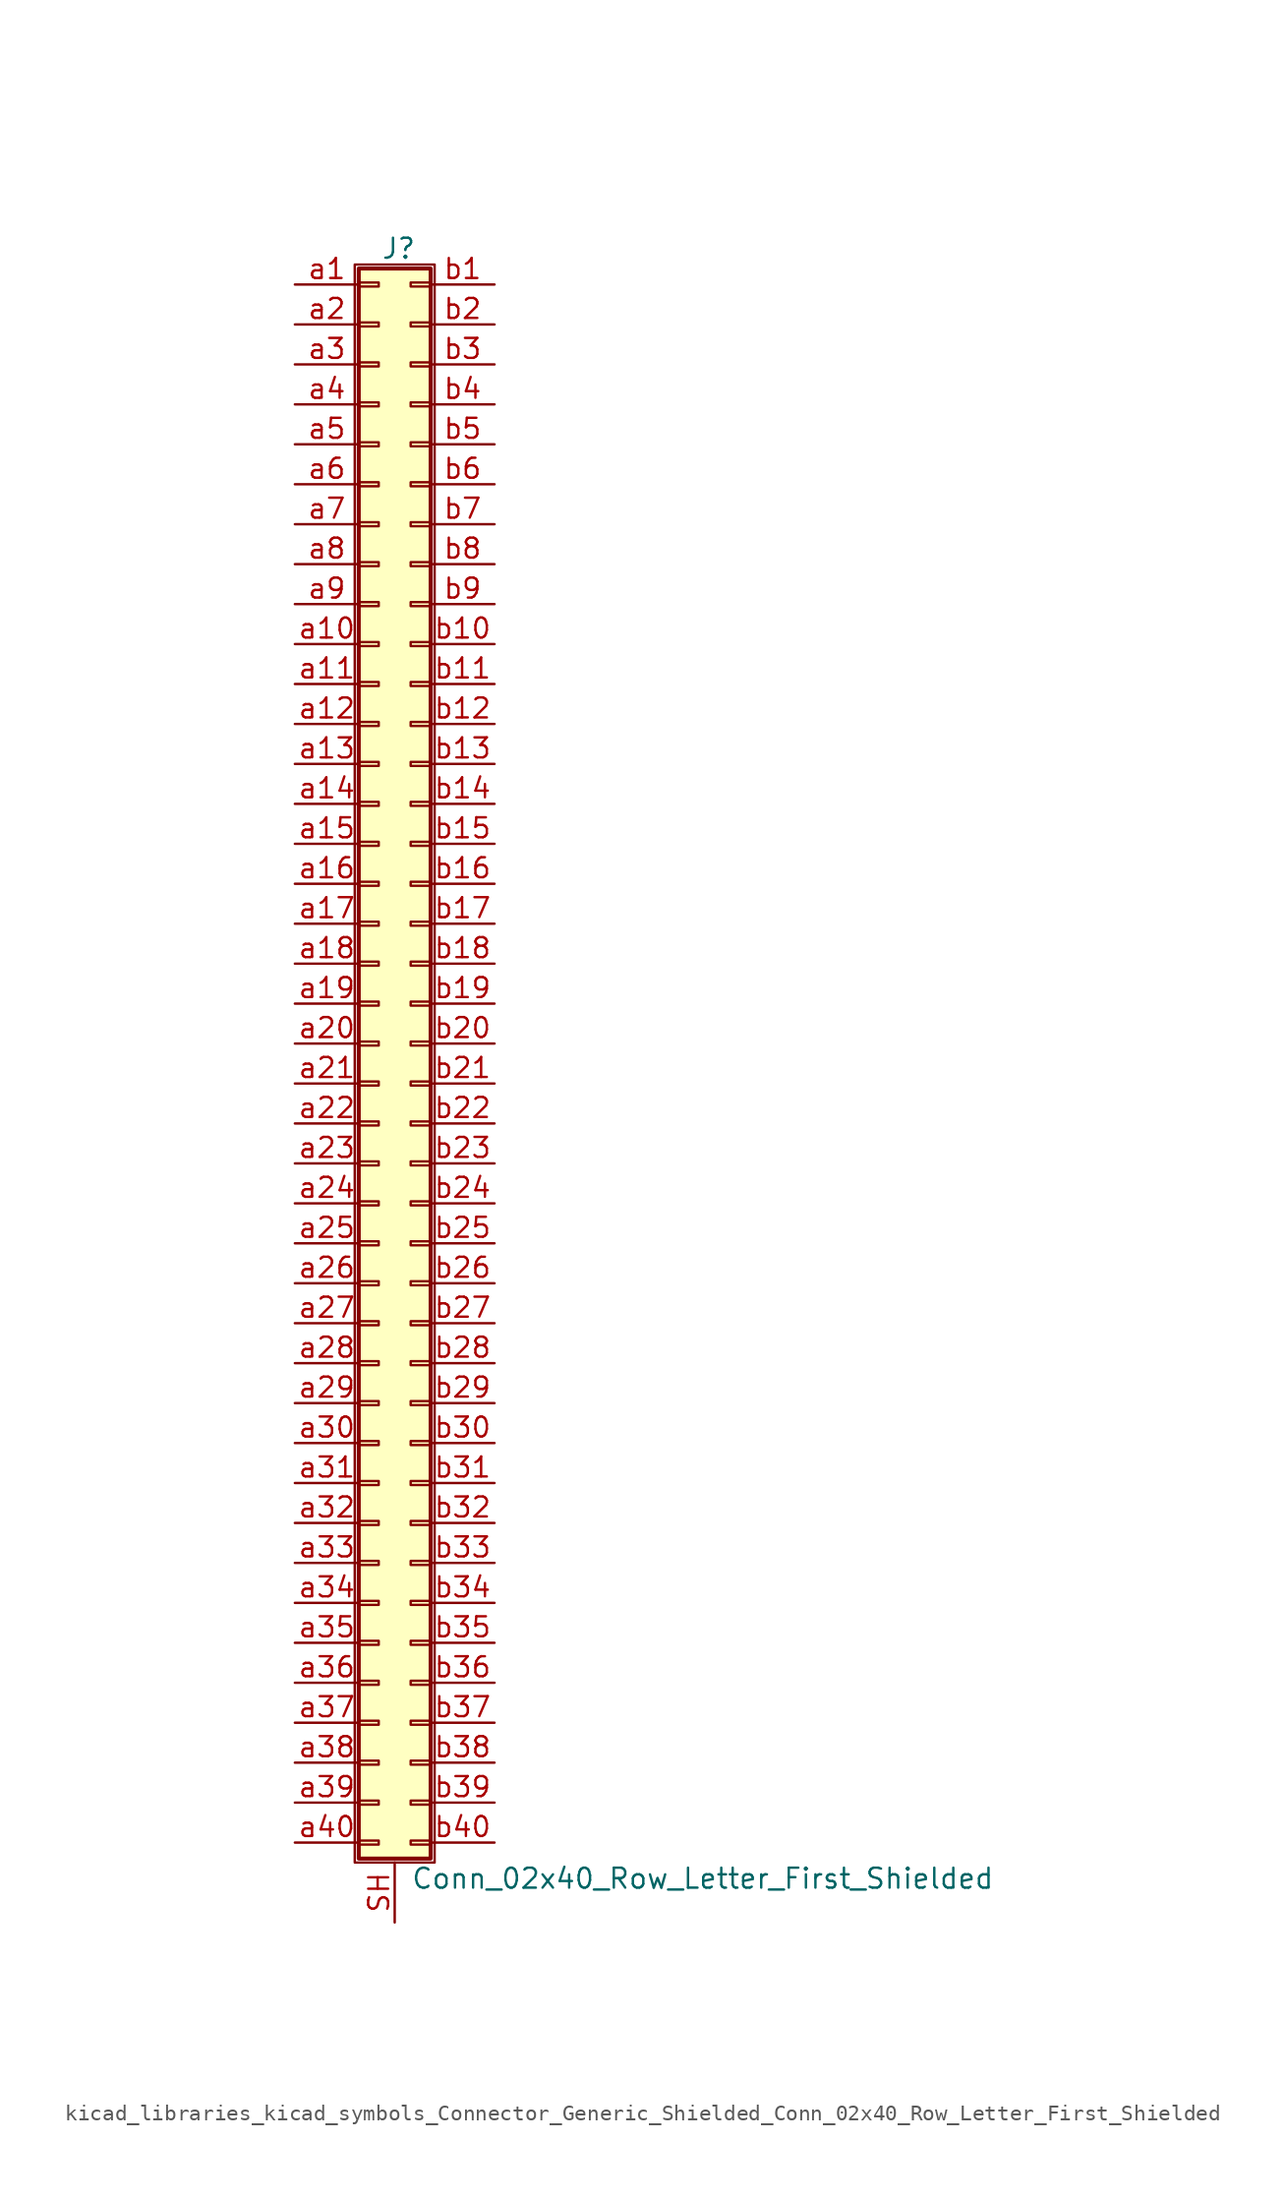
<source format=kicad_sym>
(kicad_symbol_lib
  (version 20220914)
  (generator kicad_symbol_editor)
  (symbol "kicad_libraries_kicad_symbols_Connector_Generic_Shielded_Conn_02x40_Row_Letter_First_Shielded"
    (pin_names
      (offset 1.016) hide)
    (property "Reference" "J"
      (at 1.524 50.546 0)
      (effects (font (size 1.27 1.27))))
    (property "Value" "Conn_02x40_Row_Letter_First_Shielded"
      (at 2.286 -53.086 0)
      (effects (font (size 1.27 1.27)) (justify left)))
    (symbol "kicad_libraries_kicad_symbols_Connector_Generic_Shielded_Conn_02x40_Row_Letter_First_Shielded_1_1"
      (rectangle (start -1.27 49.53) (end 3.81 -52.07) (stroke (width 0.152) (type default)) (fill (type none)))
      (rectangle (start -1.016 -50.673) (end 0.254 -50.927) (stroke (width 0.152) (type default)) (fill (type none)))
      (rectangle (start -1.016 -48.133) (end 0.254 -48.387) (stroke (width 0.152) (type default)) (fill (type none)))
      (rectangle (start -1.016 -45.593) (end 0.254 -45.847) (stroke (width 0.152) (type default)) (fill (type none)))
      (rectangle (start -1.016 -43.053) (end 0.254 -43.307) (stroke (width 0.152) (type default)) (fill (type none)))
      (rectangle (start -1.016 -40.513) (end 0.254 -40.767) (stroke (width 0.152) (type default)) (fill (type none)))
      (rectangle (start -1.016 -37.973) (end 0.254 -38.227) (stroke (width 0.152) (type default)) (fill (type none)))
      (rectangle (start -1.016 -35.433) (end 0.254 -35.687) (stroke (width 0.152) (type default)) (fill (type none)))
      (rectangle (start -1.016 -32.893) (end 0.254 -33.147) (stroke (width 0.152) (type default)) (fill (type none)))
      (rectangle (start -1.016 -30.353) (end 0.254 -30.607) (stroke (width 0.152) (type default)) (fill (type none)))
      (rectangle (start -1.016 -27.813) (end 0.254 -28.067) (stroke (width 0.152) (type default)) (fill (type none)))
      (rectangle (start -1.016 -25.273) (end 0.254 -25.527) (stroke (width 0.152) (type default)) (fill (type none)))
      (rectangle (start -1.016 -22.733) (end 0.254 -22.987) (stroke (width 0.152) (type default)) (fill (type none)))
      (rectangle (start -1.016 -20.193) (end 0.254 -20.447) (stroke (width 0.152) (type default)) (fill (type none)))
      (rectangle (start -1.016 -17.653) (end 0.254 -17.907) (stroke (width 0.152) (type default)) (fill (type none)))
      (rectangle (start -1.016 -15.113) (end 0.254 -15.367) (stroke (width 0.152) (type default)) (fill (type none)))
      (rectangle (start -1.016 -12.573) (end 0.254 -12.827) (stroke (width 0.152) (type default)) (fill (type none)))
      (rectangle (start -1.016 -10.033) (end 0.254 -10.287) (stroke (width 0.152) (type default)) (fill (type none)))
      (rectangle (start -1.016 -7.493) (end 0.254 -7.747) (stroke (width 0.152) (type default)) (fill (type none)))
      (rectangle (start -1.016 -4.953) (end 0.254 -5.207) (stroke (width 0.152) (type default)) (fill (type none)))
      (rectangle (start -1.016 -2.413) (end 0.254 -2.667) (stroke (width 0.152) (type default)) (fill (type none)))
      (rectangle (start -1.016 0.127) (end 0.254 -0.127) (stroke (width 0.152) (type default)) (fill (type none)))
      (rectangle (start -1.016 2.667) (end 0.254 2.413) (stroke (width 0.152) (type default)) (fill (type none)))
      (rectangle (start -1.016 5.207) (end 0.254 4.953) (stroke (width 0.152) (type default)) (fill (type none)))
      (rectangle (start -1.016 7.747) (end 0.254 7.493) (stroke (width 0.152) (type default)) (fill (type none)))
      (rectangle (start -1.016 10.287) (end 0.254 10.033) (stroke (width 0.152) (type default)) (fill (type none)))
      (rectangle (start -1.016 12.827) (end 0.254 12.573) (stroke (width 0.152) (type default)) (fill (type none)))
      (rectangle (start -1.016 15.367) (end 0.254 15.113) (stroke (width 0.152) (type default)) (fill (type none)))
      (rectangle (start -1.016 17.907) (end 0.254 17.653) (stroke (width 0.152) (type default)) (fill (type none)))
      (rectangle (start -1.016 20.447) (end 0.254 20.193) (stroke (width 0.152) (type default)) (fill (type none)))
      (rectangle (start -1.016 22.987) (end 0.254 22.733) (stroke (width 0.152) (type default)) (fill (type none)))
      (rectangle (start -1.016 25.527) (end 0.254 25.273) (stroke (width 0.152) (type default)) (fill (type none)))
      (rectangle (start -1.016 28.067) (end 0.254 27.813) (stroke (width 0.152) (type default)) (fill (type none)))
      (rectangle (start -1.016 30.607) (end 0.254 30.353) (stroke (width 0.152) (type default)) (fill (type none)))
      (rectangle (start -1.016 33.147) (end 0.254 32.893) (stroke (width 0.152) (type default)) (fill (type none)))
      (rectangle (start -1.016 35.687) (end 0.254 35.433) (stroke (width 0.152) (type default)) (fill (type none)))
      (rectangle (start -1.016 38.227) (end 0.254 37.973) (stroke (width 0.152) (type default)) (fill (type none)))
      (rectangle (start -1.016 40.767) (end 0.254 40.513) (stroke (width 0.152) (type default)) (fill (type none)))
      (rectangle (start -1.016 43.307) (end 0.254 43.053) (stroke (width 0.152) (type default)) (fill (type none)))
      (rectangle (start -1.016 45.847) (end 0.254 45.593) (stroke (width 0.152) (type default)) (fill (type none)))
      (rectangle (start -1.016 48.387) (end 0.254 48.133) (stroke (width 0.152) (type default)) (fill (type none)))
      (rectangle (start -1.016 49.276) (end 3.556 -51.816) (stroke (width 0.254) (type default)) (fill (type background)))
      (rectangle (start 3.556 -50.673) (end 2.286 -50.927) (stroke (width 0.152) (type default)) (fill (type none)))
      (rectangle (start 3.556 -48.133) (end 2.286 -48.387) (stroke (width 0.152) (type default)) (fill (type none)))
      (rectangle (start 3.556 -45.593) (end 2.286 -45.847) (stroke (width 0.152) (type default)) (fill (type none)))
      (rectangle (start 3.556 -43.053) (end 2.286 -43.307) (stroke (width 0.152) (type default)) (fill (type none)))
      (rectangle (start 3.556 -40.513) (end 2.286 -40.767) (stroke (width 0.152) (type default)) (fill (type none)))
      (rectangle (start 3.556 -37.973) (end 2.286 -38.227) (stroke (width 0.152) (type default)) (fill (type none)))
      (rectangle (start 3.556 -35.433) (end 2.286 -35.687) (stroke (width 0.152) (type default)) (fill (type none)))
      (rectangle (start 3.556 -32.893) (end 2.286 -33.147) (stroke (width 0.152) (type default)) (fill (type none)))
      (rectangle (start 3.556 -30.353) (end 2.286 -30.607) (stroke (width 0.152) (type default)) (fill (type none)))
      (rectangle (start 3.556 -27.813) (end 2.286 -28.067) (stroke (width 0.152) (type default)) (fill (type none)))
      (rectangle (start 3.556 -25.273) (end 2.286 -25.527) (stroke (width 0.152) (type default)) (fill (type none)))
      (rectangle (start 3.556 -22.733) (end 2.286 -22.987) (stroke (width 0.152) (type default)) (fill (type none)))
      (rectangle (start 3.556 -20.193) (end 2.286 -20.447) (stroke (width 0.152) (type default)) (fill (type none)))
      (rectangle (start 3.556 -17.653) (end 2.286 -17.907) (stroke (width 0.152) (type default)) (fill (type none)))
      (rectangle (start 3.556 -15.113) (end 2.286 -15.367) (stroke (width 0.152) (type default)) (fill (type none)))
      (rectangle (start 3.556 -12.573) (end 2.286 -12.827) (stroke (width 0.152) (type default)) (fill (type none)))
      (rectangle (start 3.556 -10.033) (end 2.286 -10.287) (stroke (width 0.152) (type default)) (fill (type none)))
      (rectangle (start 3.556 -7.493) (end 2.286 -7.747) (stroke (width 0.152) (type default)) (fill (type none)))
      (rectangle (start 3.556 -4.953) (end 2.286 -5.207) (stroke (width 0.152) (type default)) (fill (type none)))
      (rectangle (start 3.556 -2.413) (end 2.286 -2.667) (stroke (width 0.152) (type default)) (fill (type none)))
      (rectangle (start 3.556 0.127) (end 2.286 -0.127) (stroke (width 0.152) (type default)) (fill (type none)))
      (rectangle (start 3.556 2.667) (end 2.286 2.413) (stroke (width 0.152) (type default)) (fill (type none)))
      (rectangle (start 3.556 5.207) (end 2.286 4.953) (stroke (width 0.152) (type default)) (fill (type none)))
      (rectangle (start 3.556 7.747) (end 2.286 7.493) (stroke (width 0.152) (type default)) (fill (type none)))
      (rectangle (start 3.556 10.287) (end 2.286 10.033) (stroke (width 0.152) (type default)) (fill (type none)))
      (rectangle (start 3.556 12.827) (end 2.286 12.573) (stroke (width 0.152) (type default)) (fill (type none)))
      (rectangle (start 3.556 15.367) (end 2.286 15.113) (stroke (width 0.152) (type default)) (fill (type none)))
      (rectangle (start 3.556 17.907) (end 2.286 17.653) (stroke (width 0.152) (type default)) (fill (type none)))
      (rectangle (start 3.556 20.447) (end 2.286 20.193) (stroke (width 0.152) (type default)) (fill (type none)))
      (rectangle (start 3.556 22.987) (end 2.286 22.733) (stroke (width 0.152) (type default)) (fill (type none)))
      (rectangle (start 3.556 25.527) (end 2.286 25.273) (stroke (width 0.152) (type default)) (fill (type none)))
      (rectangle (start 3.556 28.067) (end 2.286 27.813) (stroke (width 0.152) (type default)) (fill (type none)))
      (rectangle (start 3.556 30.607) (end 2.286 30.353) (stroke (width 0.152) (type default)) (fill (type none)))
      (rectangle (start 3.556 33.147) (end 2.286 32.893) (stroke (width 0.152) (type default)) (fill (type none)))
      (rectangle (start 3.556 35.687) (end 2.286 35.433) (stroke (width 0.152) (type default)) (fill (type none)))
      (rectangle (start 3.556 38.227) (end 2.286 37.973) (stroke (width 0.152) (type default)) (fill (type none)))
      (rectangle (start 3.556 40.767) (end 2.286 40.513) (stroke (width 0.152) (type default)) (fill (type none)))
      (rectangle (start 3.556 43.307) (end 2.286 43.053) (stroke (width 0.152) (type default)) (fill (type none)))
      (rectangle (start 3.556 45.847) (end 2.286 45.593) (stroke (width 0.152) (type default)) (fill (type none)))
      (rectangle (start 3.556 48.387) (end 2.286 48.133) (stroke (width 0.152) (type default)) (fill (type none)))
      (pin passive line (at 1.27 -55.88 90) (length 3.81) (name "Shield" (effects (font (size 1.27 1.27)))) (number "SH" (effects (font (size 1.27 1.27)))))
      (pin passive line (at -5.08 48.26 0) (length 4.064) (name "Pin_a1" (effects (font (size 1.27 1.27)))) (number "a1" (effects (font (size 1.27 1.27)))))
      (pin passive line (at -5.08 25.4 0) (length 4.064) (name "Pin_a10" (effects (font (size 1.27 1.27)))) (number "a10" (effects (font (size 1.27 1.27)))))
      (pin passive line (at -5.08 22.86 0) (length 4.064) (name "Pin_a11" (effects (font (size 1.27 1.27)))) (number "a11" (effects (font (size 1.27 1.27)))))
      (pin passive line (at -5.08 20.32 0) (length 4.064) (name "Pin_a12" (effects (font (size 1.27 1.27)))) (number "a12" (effects (font (size 1.27 1.27)))))
      (pin passive line (at -5.08 17.78 0) (length 4.064) (name "Pin_a13" (effects (font (size 1.27 1.27)))) (number "a13" (effects (font (size 1.27 1.27)))))
      (pin passive line (at -5.08 15.24 0) (length 4.064) (name "Pin_a14" (effects (font (size 1.27 1.27)))) (number "a14" (effects (font (size 1.27 1.27)))))
      (pin passive line (at -5.08 12.7 0) (length 4.064) (name "Pin_a15" (effects (font (size 1.27 1.27)))) (number "a15" (effects (font (size 1.27 1.27)))))
      (pin passive line (at -5.08 10.16 0) (length 4.064) (name "Pin_a16" (effects (font (size 1.27 1.27)))) (number "a16" (effects (font (size 1.27 1.27)))))
      (pin passive line (at -5.08 7.62 0) (length 4.064) (name "Pin_a17" (effects (font (size 1.27 1.27)))) (number "a17" (effects (font (size 1.27 1.27)))))
      (pin passive line (at -5.08 5.08 0) (length 4.064) (name "Pin_a18" (effects (font (size 1.27 1.27)))) (number "a18" (effects (font (size 1.27 1.27)))))
      (pin passive line (at -5.08 2.54 0) (length 4.064) (name "Pin_a19" (effects (font (size 1.27 1.27)))) (number "a19" (effects (font (size 1.27 1.27)))))
      (pin passive line (at -5.08 45.72 0) (length 4.064) (name "Pin_a2" (effects (font (size 1.27 1.27)))) (number "a2" (effects (font (size 1.27 1.27)))))
      (pin passive line (at -5.08 0 0) (length 4.064) (name "Pin_a20" (effects (font (size 1.27 1.27)))) (number "a20" (effects (font (size 1.27 1.27)))))
      (pin passive line (at -5.08 -2.54 0) (length 4.064) (name "Pin_a21" (effects (font (size 1.27 1.27)))) (number "a21" (effects (font (size 1.27 1.27)))))
      (pin passive line (at -5.08 -5.08 0) (length 4.064) (name "Pin_a22" (effects (font (size 1.27 1.27)))) (number "a22" (effects (font (size 1.27 1.27)))))
      (pin passive line (at -5.08 -7.62 0) (length 4.064) (name "Pin_a23" (effects (font (size 1.27 1.27)))) (number "a23" (effects (font (size 1.27 1.27)))))
      (pin passive line (at -5.08 -10.16 0) (length 4.064) (name "Pin_a24" (effects (font (size 1.27 1.27)))) (number "a24" (effects (font (size 1.27 1.27)))))
      (pin passive line (at -5.08 -12.7 0) (length 4.064) (name "Pin_a25" (effects (font (size 1.27 1.27)))) (number "a25" (effects (font (size 1.27 1.27)))))
      (pin passive line (at -5.08 -15.24 0) (length 4.064) (name "Pin_a26" (effects (font (size 1.27 1.27)))) (number "a26" (effects (font (size 1.27 1.27)))))
      (pin passive line (at -5.08 -17.78 0) (length 4.064) (name "Pin_a27" (effects (font (size 1.27 1.27)))) (number "a27" (effects (font (size 1.27 1.27)))))
      (pin passive line (at -5.08 -20.32 0) (length 4.064) (name "Pin_a28" (effects (font (size 1.27 1.27)))) (number "a28" (effects (font (size 1.27 1.27)))))
      (pin passive line (at -5.08 -22.86 0) (length 4.064) (name "Pin_a29" (effects (font (size 1.27 1.27)))) (number "a29" (effects (font (size 1.27 1.27)))))
      (pin passive line (at -5.08 43.18 0) (length 4.064) (name "Pin_a3" (effects (font (size 1.27 1.27)))) (number "a3" (effects (font (size 1.27 1.27)))))
      (pin passive line (at -5.08 -25.4 0) (length 4.064) (name "Pin_a30" (effects (font (size 1.27 1.27)))) (number "a30" (effects (font (size 1.27 1.27)))))
      (pin passive line (at -5.08 -27.94 0) (length 4.064) (name "Pin_a31" (effects (font (size 1.27 1.27)))) (number "a31" (effects (font (size 1.27 1.27)))))
      (pin passive line (at -5.08 -30.48 0) (length 4.064) (name "Pin_a32" (effects (font (size 1.27 1.27)))) (number "a32" (effects (font (size 1.27 1.27)))))
      (pin passive line (at -5.08 -33.02 0) (length 4.064) (name "Pin_a33" (effects (font (size 1.27 1.27)))) (number "a33" (effects (font (size 1.27 1.27)))))
      (pin passive line (at -5.08 -35.56 0) (length 4.064) (name "Pin_a34" (effects (font (size 1.27 1.27)))) (number "a34" (effects (font (size 1.27 1.27)))))
      (pin passive line (at -5.08 -38.1 0) (length 4.064) (name "Pin_a35" (effects (font (size 1.27 1.27)))) (number "a35" (effects (font (size 1.27 1.27)))))
      (pin passive line (at -5.08 -40.64 0) (length 4.064) (name "Pin_a36" (effects (font (size 1.27 1.27)))) (number "a36" (effects (font (size 1.27 1.27)))))
      (pin passive line (at -5.08 -43.18 0) (length 4.064) (name "Pin_a37" (effects (font (size 1.27 1.27)))) (number "a37" (effects (font (size 1.27 1.27)))))
      (pin passive line (at -5.08 -45.72 0) (length 4.064) (name "Pin_a38" (effects (font (size 1.27 1.27)))) (number "a38" (effects (font (size 1.27 1.27)))))
      (pin passive line (at -5.08 -48.26 0) (length 4.064) (name "Pin_a39" (effects (font (size 1.27 1.27)))) (number "a39" (effects (font (size 1.27 1.27)))))
      (pin passive line (at -5.08 40.64 0) (length 4.064) (name "Pin_a4" (effects (font (size 1.27 1.27)))) (number "a4" (effects (font (size 1.27 1.27)))))
      (pin passive line (at -5.08 -50.8 0) (length 4.064) (name "Pin_a40" (effects (font (size 1.27 1.27)))) (number "a40" (effects (font (size 1.27 1.27)))))
      (pin passive line (at -5.08 38.1 0) (length 4.064) (name "Pin_a5" (effects (font (size 1.27 1.27)))) (number "a5" (effects (font (size 1.27 1.27)))))
      (pin passive line (at -5.08 35.56 0) (length 4.064) (name "Pin_a6" (effects (font (size 1.27 1.27)))) (number "a6" (effects (font (size 1.27 1.27)))))
      (pin passive line (at -5.08 33.02 0) (length 4.064) (name "Pin_a7" (effects (font (size 1.27 1.27)))) (number "a7" (effects (font (size 1.27 1.27)))))
      (pin passive line (at -5.08 30.48 0) (length 4.064) (name "Pin_a8" (effects (font (size 1.27 1.27)))) (number "a8" (effects (font (size 1.27 1.27)))))
      (pin passive line (at -5.08 27.94 0) (length 4.064) (name "Pin_a9" (effects (font (size 1.27 1.27)))) (number "a9" (effects (font (size 1.27 1.27)))))
      (pin passive line (at 7.62 48.26 180) (length 4.064) (name "Pin_b1" (effects (font (size 1.27 1.27)))) (number "b1" (effects (font (size 1.27 1.27)))))
      (pin passive line (at 7.62 25.4 180) (length 4.064) (name "Pin_b10" (effects (font (size 1.27 1.27)))) (number "b10" (effects (font (size 1.27 1.27)))))
      (pin passive line (at 7.62 22.86 180) (length 4.064) (name "Pin_b11" (effects (font (size 1.27 1.27)))) (number "b11" (effects (font (size 1.27 1.27)))))
      (pin passive line (at 7.62 20.32 180) (length 4.064) (name "Pin_b12" (effects (font (size 1.27 1.27)))) (number "b12" (effects (font (size 1.27 1.27)))))
      (pin passive line (at 7.62 17.78 180) (length 4.064) (name "Pin_b13" (effects (font (size 1.27 1.27)))) (number "b13" (effects (font (size 1.27 1.27)))))
      (pin passive line (at 7.62 15.24 180) (length 4.064) (name "Pin_b14" (effects (font (size 1.27 1.27)))) (number "b14" (effects (font (size 1.27 1.27)))))
      (pin passive line (at 7.62 12.7 180) (length 4.064) (name "Pin_b15" (effects (font (size 1.27 1.27)))) (number "b15" (effects (font (size 1.27 1.27)))))
      (pin passive line (at 7.62 10.16 180) (length 4.064) (name "Pin_b16" (effects (font (size 1.27 1.27)))) (number "b16" (effects (font (size 1.27 1.27)))))
      (pin passive line (at 7.62 7.62 180) (length 4.064) (name "Pin_b17" (effects (font (size 1.27 1.27)))) (number "b17" (effects (font (size 1.27 1.27)))))
      (pin passive line (at 7.62 5.08 180) (length 4.064) (name "Pin_b18" (effects (font (size 1.27 1.27)))) (number "b18" (effects (font (size 1.27 1.27)))))
      (pin passive line (at 7.62 2.54 180) (length 4.064) (name "Pin_b19" (effects (font (size 1.27 1.27)))) (number "b19" (effects (font (size 1.27 1.27)))))
      (pin passive line (at 7.62 45.72 180) (length 4.064) (name "Pin_b2" (effects (font (size 1.27 1.27)))) (number "b2" (effects (font (size 1.27 1.27)))))
      (pin passive line (at 7.62 0 180) (length 4.064) (name "Pin_b20" (effects (font (size 1.27 1.27)))) (number "b20" (effects (font (size 1.27 1.27)))))
      (pin passive line (at 7.62 -2.54 180) (length 4.064) (name "Pin_b21" (effects (font (size 1.27 1.27)))) (number "b21" (effects (font (size 1.27 1.27)))))
      (pin passive line (at 7.62 -5.08 180) (length 4.064) (name "Pin_b22" (effects (font (size 1.27 1.27)))) (number "b22" (effects (font (size 1.27 1.27)))))
      (pin passive line (at 7.62 -7.62 180) (length 4.064) (name "Pin_b23" (effects (font (size 1.27 1.27)))) (number "b23" (effects (font (size 1.27 1.27)))))
      (pin passive line (at 7.62 -10.16 180) (length 4.064) (name "Pin_b24" (effects (font (size 1.27 1.27)))) (number "b24" (effects (font (size 1.27 1.27)))))
      (pin passive line (at 7.62 -12.7 180) (length 4.064) (name "Pin_b25" (effects (font (size 1.27 1.27)))) (number "b25" (effects (font (size 1.27 1.27)))))
      (pin passive line (at 7.62 -15.24 180) (length 4.064) (name "Pin_b26" (effects (font (size 1.27 1.27)))) (number "b26" (effects (font (size 1.27 1.27)))))
      (pin passive line (at 7.62 -17.78 180) (length 4.064) (name "Pin_b27" (effects (font (size 1.27 1.27)))) (number "b27" (effects (font (size 1.27 1.27)))))
      (pin passive line (at 7.62 -20.32 180) (length 4.064) (name "Pin_b28" (effects (font (size 1.27 1.27)))) (number "b28" (effects (font (size 1.27 1.27)))))
      (pin passive line (at 7.62 -22.86 180) (length 4.064) (name "Pin_b29" (effects (font (size 1.27 1.27)))) (number "b29" (effects (font (size 1.27 1.27)))))
      (pin passive line (at 7.62 43.18 180) (length 4.064) (name "Pin_b3" (effects (font (size 1.27 1.27)))) (number "b3" (effects (font (size 1.27 1.27)))))
      (pin passive line (at 7.62 -25.4 180) (length 4.064) (name "Pin_b30" (effects (font (size 1.27 1.27)))) (number "b30" (effects (font (size 1.27 1.27)))))
      (pin passive line (at 7.62 -27.94 180) (length 4.064) (name "Pin_b31" (effects (font (size 1.27 1.27)))) (number "b31" (effects (font (size 1.27 1.27)))))
      (pin passive line (at 7.62 -30.48 180) (length 4.064) (name "Pin_b32" (effects (font (size 1.27 1.27)))) (number "b32" (effects (font (size 1.27 1.27)))))
      (pin passive line (at 7.62 -33.02 180) (length 4.064) (name "Pin_b33" (effects (font (size 1.27 1.27)))) (number "b33" (effects (font (size 1.27 1.27)))))
      (pin passive line (at 7.62 -35.56 180) (length 4.064) (name "Pin_b34" (effects (font (size 1.27 1.27)))) (number "b34" (effects (font (size 1.27 1.27)))))
      (pin passive line (at 7.62 -38.1 180) (length 4.064) (name "Pin_b35" (effects (font (size 1.27 1.27)))) (number "b35" (effects (font (size 1.27 1.27)))))
      (pin passive line (at 7.62 -40.64 180) (length 4.064) (name "Pin_b36" (effects (font (size 1.27 1.27)))) (number "b36" (effects (font (size 1.27 1.27)))))
      (pin passive line (at 7.62 -43.18 180) (length 4.064) (name "Pin_b37" (effects (font (size 1.27 1.27)))) (number "b37" (effects (font (size 1.27 1.27)))))
      (pin passive line (at 7.62 -45.72 180) (length 4.064) (name "Pin_b38" (effects (font (size 1.27 1.27)))) (number "b38" (effects (font (size 1.27 1.27)))))
      (pin passive line (at 7.62 -48.26 180) (length 4.064) (name "Pin_b39" (effects (font (size 1.27 1.27)))) (number "b39" (effects (font (size 1.27 1.27)))))
      (pin passive line (at 7.62 40.64 180) (length 4.064) (name "Pin_b4" (effects (font (size 1.27 1.27)))) (number "b4" (effects (font (size 1.27 1.27)))))
      (pin passive line (at 7.62 -50.8 180) (length 4.064) (name "Pin_b40" (effects (font (size 1.27 1.27)))) (number "b40" (effects (font (size 1.27 1.27)))))
      (pin passive line (at 7.62 38.1 180) (length 4.064) (name "Pin_b5" (effects (font (size 1.27 1.27)))) (number "b5" (effects (font (size 1.27 1.27)))))
      (pin passive line (at 7.62 35.56 180) (length 4.064) (name "Pin_b6" (effects (font (size 1.27 1.27)))) (number "b6" (effects (font (size 1.27 1.27)))))
      (pin passive line (at 7.62 33.02 180) (length 4.064) (name "Pin_b7" (effects (font (size 1.27 1.27)))) (number "b7" (effects (font (size 1.27 1.27)))))
      (pin passive line (at 7.62 30.48 180) (length 4.064) (name "Pin_b8" (effects (font (size 1.27 1.27)))) (number "b8" (effects (font (size 1.27 1.27)))))
      (pin passive line (at 7.62 27.94 180) (length 4.064) (name "Pin_b9" (effects (font (size 1.27 1.27)))) (number "b9" (effects (font (size 1.27 1.27))))))))
</source>
